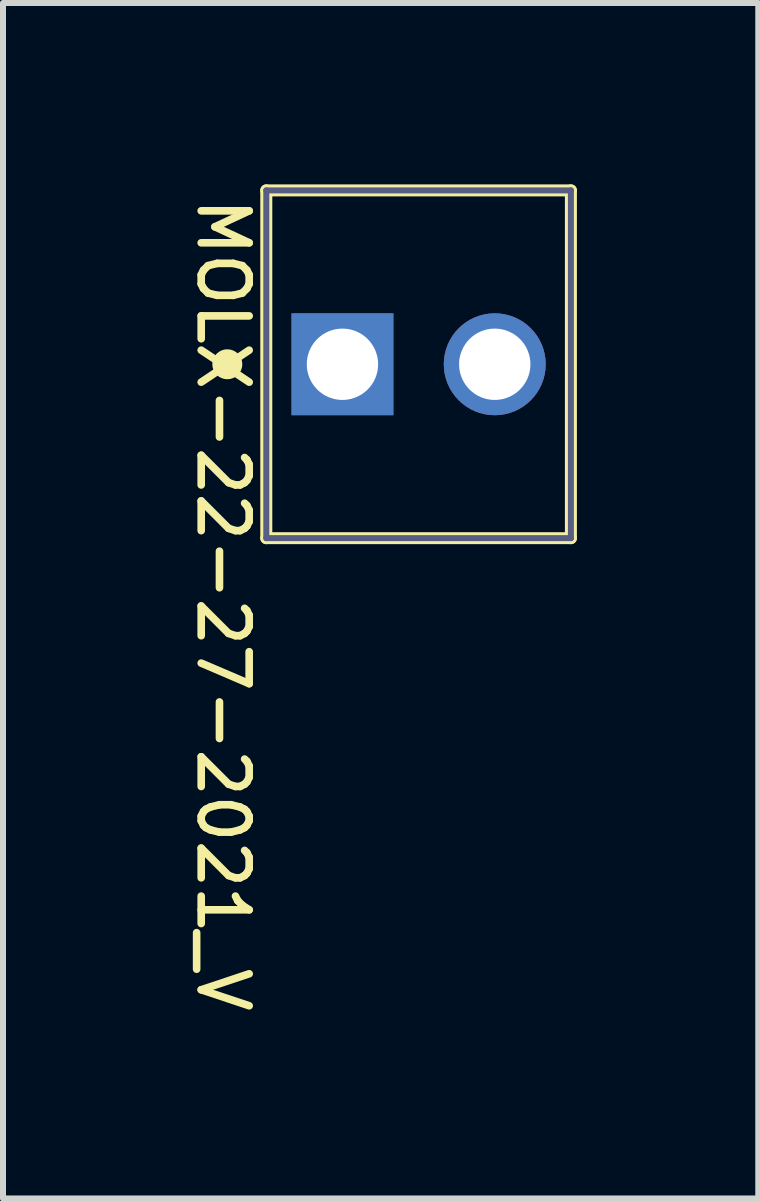
<source format=kicad_pcb>
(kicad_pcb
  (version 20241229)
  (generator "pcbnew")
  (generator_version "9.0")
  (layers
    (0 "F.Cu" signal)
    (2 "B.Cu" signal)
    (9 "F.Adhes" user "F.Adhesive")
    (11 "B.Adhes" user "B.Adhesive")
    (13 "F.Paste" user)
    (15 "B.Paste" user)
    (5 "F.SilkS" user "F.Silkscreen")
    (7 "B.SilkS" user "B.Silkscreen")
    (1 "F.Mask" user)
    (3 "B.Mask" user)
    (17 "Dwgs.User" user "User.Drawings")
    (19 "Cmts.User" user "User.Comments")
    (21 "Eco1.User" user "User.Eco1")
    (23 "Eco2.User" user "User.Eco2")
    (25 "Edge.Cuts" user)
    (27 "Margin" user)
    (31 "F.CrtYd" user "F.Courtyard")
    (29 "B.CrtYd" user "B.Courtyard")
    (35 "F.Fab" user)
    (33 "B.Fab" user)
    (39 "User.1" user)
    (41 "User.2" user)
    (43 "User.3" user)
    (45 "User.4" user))
  (footprint "MOLX-22-27-2021_V"
    (layer "F.Cu")
    (at 3.931 3.025)
    (property "Reference" "MOLX-22-27-2021_V" (at -3.73 -2.833 270) (unlocked yes) (layer "F.SilkS") (effects (font (size 0.8 0.8) (thickness 0.127)) (justify left bottom)))
    (fp_line (start -2.54 -2.9) (end -2.54 2.9) (stroke (width 0.2) (type solid)) (layer "F.SilkS"))
    (fp_line (start -2.54 -2.9) (end 2.54 -2.9) (stroke (width 0.2) (type solid)) (layer "F.SilkS"))
    (fp_line (start -2.54 2.9) (end 2.54 2.9) (stroke (width 0.2) (type solid)) (layer "F.SilkS"))
    (fp_line (start 2.54 -2.9) (end 2.54 2.9) (stroke (width 0.2) (type solid)) (layer "F.SilkS"))
    (fp_circle (center -3.19 0) (end -3.065 0) (stroke (width 0.25) (type solid)) (fill no) (layer "F.SilkS"))
    (fp_line (start -2.64 -3) (end -2.64 3) (stroke (width 0.05) (type solid)) (layer "Eco1.User"))
    (fp_line (start -2.64 -3) (end 2.64 -3) (stroke (width 0.05) (type solid)) (layer "Eco1.User"))
    (fp_line (start -2.64 3) (end 2.64 3) (stroke (width 0.05) (type solid)) (layer "Eco1.User"))
    (fp_line (start -0.5 0) (end 0.5 0) (stroke (width 0.1) (type solid)) (layer "Eco1.User"))
    (fp_line (start 0 -0.5) (end 0 0.5) (stroke (width 0.1) (type solid)) (layer "Eco1.User"))
    (fp_line (start 2.64 -3) (end 2.64 3) (stroke (width 0.05) (type solid)) (layer "Eco1.User"))
    (fp_line (start -2.54 -2.9) (end -2.54 2.9) (stroke (width 0.1) (type solid)) (layer "B.Fab"))
    (fp_line (start -2.54 -2.9) (end 2.54 -2.9) (stroke (width 0.1) (type solid)) (layer "B.Fab"))
    (fp_line (start -2.54 2.9) (end 2.54 2.9) (stroke (width 0.1) (type solid)) (layer "B.Fab"))
    (fp_line (start 2.54 -2.9) (end 2.54 2.9) (stroke (width 0.1) (type solid)) (layer "B.Fab"))
    (pad "1" thru_hole rect (at -1.27 0 180) (size 1.7 1.7) (drill 1.19) (layers "*.Cu" "*.Mask"))
    (pad "2" thru_hole circle (at 1.27 0 180) (size 1.7 1.7) (drill 1.19) (layers "*.Cu" "*.Mask")))
  (gr_rect
    (start -3 -3)
    (end 9.596 16.937)
    (stroke (width 0.1) (type default))
    (fill no)
    (layer "Edge.Cuts")))
</source>
